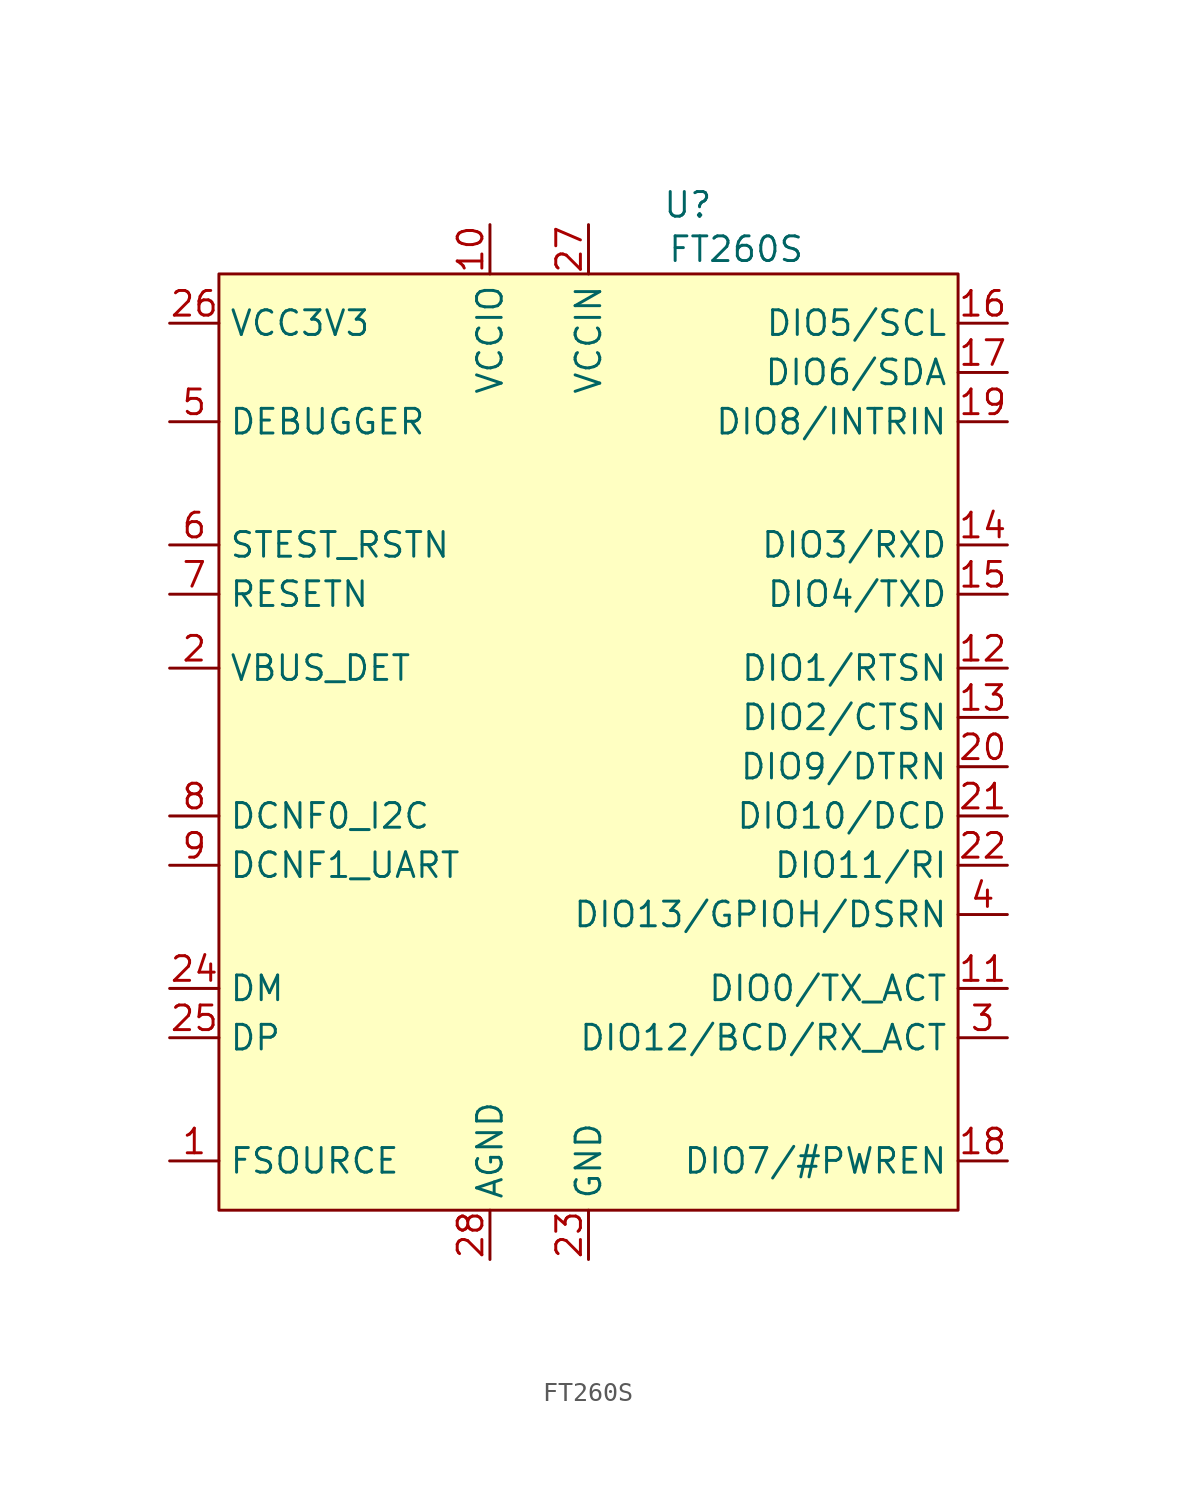
<source format=kicad_sym>
(kicad_symbol_lib
  (version 20241209)
  (generator "kicad_symbol_editor")
  (generator_version "9.0")
  (symbol "FT260S"
    (property "Reference" "U"
      (at 3.81 27.686 0)
      (effects (font (size 1.27 1.27)) (justify left)))
    (property "Value" "FT260S"
      (at 4.064 25.4 0)
      (effects (font (size 1.27 1.27)) (justify left)))
    (symbol "FT260S_1_1"
      (rectangle (start -19.05 24.13) (end 19.05 -24.13) (stroke (width 0) (type solid)) (fill (type background)))
      (pin power_out line (at -21.59 21.59 0) (length 2.54) (name "VCC3V3" (effects (font (size 1.27 1.27)))) (number "26" (effects (font (size 1.27 1.27)))))
      (pin bidirectional line (at -21.59 16.51 0) (length 2.54) (name "DEBUGGER" (effects (font (size 1.27 1.27)))) (number "5" (effects (font (size 1.27 1.27)))))
      (pin input line (at -21.59 10.16 0) (length 2.54) (name "STEST_RSTN" (effects (font (size 1.27 1.27)))) (number "6" (effects (font (size 1.27 1.27)))))
      (pin input line (at -21.59 7.62 0) (length 2.54) (name "RESETN" (effects (font (size 1.27 1.27)))) (number "7" (effects (font (size 1.27 1.27)))))
      (pin input line (at -21.59 3.81 0) (length 2.54) (name "VBUS_DET" (effects (font (size 1.27 1.27)))) (number "2" (effects (font (size 1.27 1.27)))))
      (pin input line (at -21.59 -3.81 0) (length 2.54) (name "DCNF0_I2C" (effects (font (size 1.27 1.27)))) (number "8" (effects (font (size 1.27 1.27)))))
      (pin input line (at -21.59 -6.35 0) (length 2.54) (name "DCNF1_UART" (effects (font (size 1.27 1.27)))) (number "9" (effects (font (size 1.27 1.27)))))
      (pin bidirectional line (at -21.59 -12.7 0) (length 2.54) (name "DM" (effects (font (size 1.27 1.27)))) (number "24" (effects (font (size 1.27 1.27)))))
      (pin bidirectional line (at -21.59 -15.24 0) (length 2.54) (name "DP" (effects (font (size 1.27 1.27)))) (number "25" (effects (font (size 1.27 1.27)))))
      (pin input line (at -21.59 -21.59 0) (length 2.54) (name "FSOURCE" (effects (font (size 1.27 1.27)))) (number "1" (effects (font (size 1.27 1.27)))))
      (pin bidirectional line (at -5.08 26.67 270) (length 2.54) (name "VCCIO" (effects (font (size 1.27 1.27)))) (number "10" (effects (font (size 1.27 1.27)))))
      (pin passive line (at -5.08 -26.67 90) (length 2.54) (name "AGND" (effects (font (size 1.27 1.27)))) (number "28" (effects (font (size 1.27 1.27)))))
      (pin power_in line (at 0 26.67 270) (length 2.54) (name "VCCIN" (effects (font (size 1.27 1.27)))) (number "27" (effects (font (size 1.27 1.27)))))
      (pin passive line (at 0 -26.67 90) (length 2.54) (name "GND" (effects (font (size 1.27 1.27)))) (number "23" (effects (font (size 1.27 1.27)))))
      (pin bidirectional line (at 21.59 21.59 180) (length 2.54) (name "DIO5/SCL" (effects (font (size 1.27 1.27)))) (number "16" (effects (font (size 1.27 1.27)))))
      (pin bidirectional line (at 21.59 19.05 180) (length 2.54) (name "DIO6/SDA" (effects (font (size 1.27 1.27)))) (number "17" (effects (font (size 1.27 1.27)))))
      (pin bidirectional line (at 21.59 16.51 180) (length 2.54) (name "DIO8/INTRIN" (effects (font (size 1.27 1.27)))) (number "19" (effects (font (size 1.27 1.27)))))
      (pin bidirectional line (at 21.59 10.16 180) (length 2.54) (name "DIO3/RXD" (effects (font (size 1.27 1.27)))) (number "14" (effects (font (size 1.27 1.27)))))
      (pin bidirectional line (at 21.59 7.62 180) (length 2.54) (name "DIO4/TXD" (effects (font (size 1.27 1.27)))) (number "15" (effects (font (size 1.27 1.27)))))
      (pin bidirectional line (at 21.59 3.81 180) (length 2.54) (name "DIO1/RTSN" (effects (font (size 1.27 1.27)))) (number "12" (effects (font (size 1.27 1.27)))))
      (pin bidirectional line (at 21.59 1.27 180) (length 2.54) (name "DIO2/CTSN" (effects (font (size 1.27 1.27)))) (number "13" (effects (font (size 1.27 1.27)))))
      (pin bidirectional line (at 21.59 -1.27 180) (length 2.54) (name "DIO9/DTRN" (effects (font (size 1.27 1.27)))) (number "20" (effects (font (size 1.27 1.27)))))
      (pin bidirectional line (at 21.59 -3.81 180) (length 2.54) (name "DIO10/DCD" (effects (font (size 1.27 1.27)))) (number "21" (effects (font (size 1.27 1.27)))))
      (pin bidirectional line (at 21.59 -6.35 180) (length 2.54) (name "DIO11/RI" (effects (font (size 1.27 1.27)))) (number "22" (effects (font (size 1.27 1.27)))))
      (pin bidirectional line (at 21.59 -8.89 180) (length 2.54) (name "DIO13/GPIOH/DSRN" (effects (font (size 1.27 1.27)))) (number "4" (effects (font (size 1.27 1.27)))))
      (pin bidirectional line (at 21.59 -12.7 180) (length 2.54) (name "DIO0/TX_ACT" (effects (font (size 1.27 1.27)))) (number "11" (effects (font (size 1.27 1.27)))))
      (pin bidirectional line (at 21.59 -15.24 180) (length 2.54) (name "DIO12/BCD/RX_ACT" (effects (font (size 1.27 1.27)))) (number "3" (effects (font (size 1.27 1.27)))))
      (pin bidirectional line (at 21.59 -21.59 180) (length 2.54) (name "DIO7/#PWREN" (effects (font (size 1.27 1.27)))) (number "18" (effects (font (size 1.27 1.27))))))))
</source>
